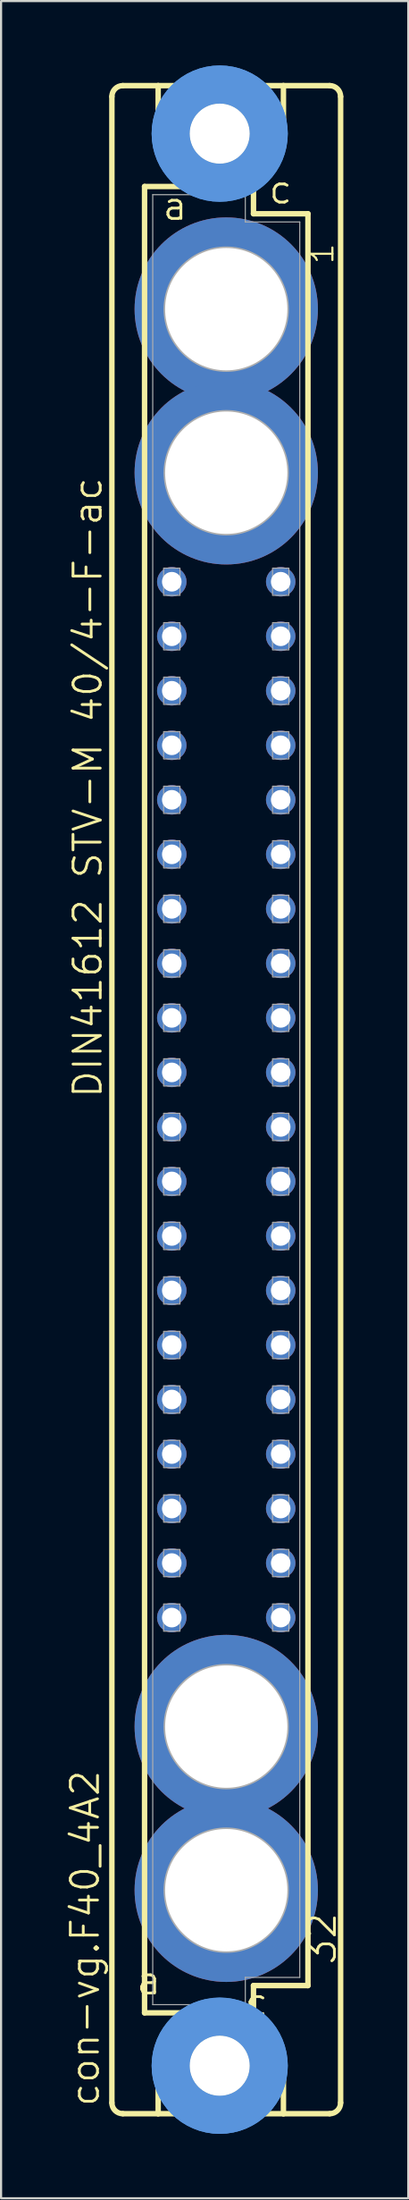
<source format=kicad_pcb>
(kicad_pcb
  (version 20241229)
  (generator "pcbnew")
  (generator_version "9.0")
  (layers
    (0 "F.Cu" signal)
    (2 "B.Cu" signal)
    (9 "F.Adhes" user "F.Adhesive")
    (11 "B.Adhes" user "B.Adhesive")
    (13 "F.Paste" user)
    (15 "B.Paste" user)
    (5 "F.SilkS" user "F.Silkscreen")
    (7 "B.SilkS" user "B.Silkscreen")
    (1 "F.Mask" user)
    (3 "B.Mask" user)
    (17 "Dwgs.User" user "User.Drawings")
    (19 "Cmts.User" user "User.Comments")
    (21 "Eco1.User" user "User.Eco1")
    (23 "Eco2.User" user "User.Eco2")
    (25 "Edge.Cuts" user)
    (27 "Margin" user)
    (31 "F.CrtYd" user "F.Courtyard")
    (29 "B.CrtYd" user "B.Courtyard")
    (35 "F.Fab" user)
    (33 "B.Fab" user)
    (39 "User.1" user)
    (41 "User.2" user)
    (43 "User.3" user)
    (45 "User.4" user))
  (footprint "con-vg.F40_4A2"
    (layer "F.Cu")
    (at 7.502 48.184)
    (property "Reference" "con-vg.F40_4A2" (at -5.842 46.99 90) (layer "F.SilkS") (effects (font (size 1.27 1.27) (thickness 0.13)) (justify left bottom)))
    (attr through_hole)
    (fp_line (start -5.334 46.736) (end -5.334 -46.736) (stroke (width 0.254) (type default)) (layer "F.SilkS"))
    (fp_line (start -4.826 -47.244) (end -3.175 -47.244) (stroke (width 0.254) (type default)) (layer "F.SilkS"))
    (fp_line (start -4.826 47.244) (end -3.175 47.244) (stroke (width 0.254) (type default)) (layer "F.SilkS"))
    (fp_line (start -3.81 -42.545) (end -3.81 42.545) (stroke (width 0.254) (type default)) (layer "F.SilkS"))
    (fp_line (start -3.81 42.545) (end -1.651 42.545) (stroke (width 0.254) (type default)) (layer "F.SilkS"))
    (fp_line (start -3.175 -47.244) (end -3.175 -44.45) (stroke (width 0.254) (type default)) (layer "F.SilkS"))
    (fp_line (start -3.175 47.244) (end -3.175 44.45) (stroke (width 0.254) (type default)) (layer "F.SilkS"))
    (fp_line (start -3.175 47.244) (end 2.667 47.244) (stroke (width 0.254) (type default)) (layer "F.SilkS"))
    (fp_line (start -1.651 -42.545) (end -3.81 -42.545) (stroke (width 0.254) (type default)) (layer "F.SilkS"))
    (fp_line (start -1.651 -42.545) (end -3.175 -44.45) (stroke (width 0.254) (type default)) (layer "F.SilkS"))
    (fp_line (start -1.651 42.545) (end -3.175 44.45) (stroke (width 0.254) (type default)) (layer "F.SilkS"))
    (fp_line (start -1.651 42.545) (end 1.143 42.545) (stroke (width 0.254) (type default)) (layer "F.SilkS"))
    (fp_line (start 1.143 -42.545) (end -1.651 -42.545) (stroke (width 0.254) (type default)) (layer "F.SilkS"))
    (fp_line (start 1.143 -42.545) (end 2.667 -44.45) (stroke (width 0.254) (type default)) (layer "F.SilkS"))
    (fp_line (start 1.143 42.545) (end 1.27 42.545) (stroke (width 0.254) (type default)) (layer "F.SilkS"))
    (fp_line (start 1.143 42.545) (end 2.667 44.45) (stroke (width 0.254) (type default)) (layer "F.SilkS"))
    (fp_line (start 1.27 -42.545) (end 1.143 -42.545) (stroke (width 0.254) (type default)) (layer "F.SilkS"))
    (fp_line (start 1.27 -41.275) (end 1.27 -42.545) (stroke (width 0.254) (type default)) (layer "F.SilkS"))
    (fp_line (start 1.27 41.275) (end 3.81 41.275) (stroke (width 0.254) (type default)) (layer "F.SilkS"))
    (fp_line (start 1.27 42.545) (end 1.27 41.275) (stroke (width 0.254) (type default)) (layer "F.SilkS"))
    (fp_line (start 2.667 -47.244) (end -3.175 -47.244) (stroke (width 0.254) (type default)) (layer "F.SilkS"))
    (fp_line (start 2.667 -47.244) (end 2.667 -44.45) (stroke (width 0.254) (type default)) (layer "F.SilkS"))
    (fp_line (start 2.667 47.244) (end 2.667 44.45) (stroke (width 0.254) (type default)) (layer "F.SilkS"))
    (fp_line (start 2.667 47.244) (end 4.826 47.244) (stroke (width 0.254) (type default)) (layer "F.SilkS"))
    (fp_line (start 3.81 -41.275) (end 1.27 -41.275) (stroke (width 0.254) (type default)) (layer "F.SilkS"))
    (fp_line (start 3.81 41.275) (end 3.81 -41.275) (stroke (width 0.254) (type default)) (layer "F.SilkS"))
    (fp_line (start 4.826 -47.244) (end 2.667 -47.244) (stroke (width 0.254) (type default)) (layer "F.SilkS"))
    (fp_line (start 5.334 46.736) (end 5.334 -46.736) (stroke (width 0.254) (type default)) (layer "F.SilkS"))
    (fp_arc (start -5.334 -46.736) (mid -5.18521 -47.09521) (end -4.826 -47.244) (stroke (width 0.254) (type default)) (layer "F.SilkS"))
    (fp_arc (start -4.826 47.244) (mid -5.18521 47.09521) (end -5.334 46.736) (stroke (width 0.254) (type default)) (layer "F.SilkS"))
    (fp_arc (start 4.826 -47.244) (mid 5.18521 -47.09521) (end 5.334 -46.736) (stroke (width 0.254) (type default)) (layer "F.SilkS"))
    (fp_arc (start 5.334 46.736) (mid 5.18521 47.09521) (end 4.826 47.244) (stroke (width 0.254) (type default)) (layer "F.SilkS"))
    (fp_circle (center -0.305 -45.009) (end 0.965 -45.009) (stroke (width 0.254) (type default)) (fill no) (layer "F.SilkS"))
    (fp_circle (center -0.305 45.009) (end 0.965 45.009) (stroke (width 0.254) (type default)) (fill no) (layer "F.SilkS"))
    (fp_circle (center -0.305 -45.009) (end 1.981 -45.009) (stroke (width 1.778) (type default)) (fill no) (layer "Cmts.User"))
    (fp_circle (center -0.305 -45.009) (end 1.981 -45.009) (stroke (width 1.778) (type default)) (fill no) (layer "Cmts.User"))
    (fp_circle (center -0.305 45.009) (end 1.981 45.009) (stroke (width 1.778) (type default)) (fill no) (layer "Cmts.User"))
    (fp_circle (center -0.305 45.009) (end 1.981 45.009) (stroke (width 1.778) (type default)) (fill no) (layer "Cmts.User"))
    (fp_line (start -3.429 -42.164) (end -3.429 42.164) (stroke (width 0.051) (type default)) (layer "F.Fab"))
    (fp_line (start -3.429 -42.164) (end 0.889 -42.164) (stroke (width 0.051) (type default)) (layer "F.Fab"))
    (fp_line (start -3.429 42.164) (end 0.889 42.164) (stroke (width 0.051) (type default)) (layer "F.Fab"))
    (fp_line (start 0.889 -42.164) (end 0.889 -40.894) (stroke (width 0.051) (type default)) (layer "F.Fab"))
    (fp_line (start 0.889 -40.894) (end 3.429 -40.894) (stroke (width 0.051) (type default)) (layer "F.Fab"))
    (fp_line (start 0.889 40.894) (end 3.429 40.894) (stroke (width 0.051) (type default)) (layer "F.Fab"))
    (fp_line (start 0.889 42.164) (end 0.889 40.894) (stroke (width 0.051) (type default)) (layer "F.Fab"))
    (fp_line (start 3.429 -40.894) (end 3.429 40.894) (stroke (width 0.051) (type default)) (layer "F.Fab"))
    (fp_rect (start -2.921 -23.495) (end -2.159 -24.765) (stroke (width 0.05) (type default)) (fill no) (layer "F.Fab"))
    (fp_rect (start -2.921 -20.955) (end -2.159 -22.225) (stroke (width 0.05) (type default)) (fill no) (layer "F.Fab"))
    (fp_rect (start -2.921 -18.415) (end -2.159 -19.685) (stroke (width 0.05) (type default)) (fill no) (layer "F.Fab"))
    (fp_rect (start -2.921 -15.875) (end -2.159 -17.145) (stroke (width 0.05) (type default)) (fill no) (layer "F.Fab"))
    (fp_rect (start -2.921 -13.335) (end -2.159 -14.605) (stroke (width 0.05) (type default)) (fill no) (layer "F.Fab"))
    (fp_rect (start -2.921 -10.795) (end -2.159 -12.065) (stroke (width 0.05) (type default)) (fill no) (layer "F.Fab"))
    (fp_rect (start -2.921 -8.255) (end -2.159 -9.525) (stroke (width 0.05) (type default)) (fill no) (layer "F.Fab"))
    (fp_rect (start -2.921 -5.715) (end -2.159 -6.985) (stroke (width 0.05) (type default)) (fill no) (layer "F.Fab"))
    (fp_rect (start -2.921 -3.175) (end -2.159 -4.445) (stroke (width 0.05) (type default)) (fill no) (layer "F.Fab"))
    (fp_rect (start -2.921 -0.635) (end -2.159 -1.905) (stroke (width 0.05) (type default)) (fill no) (layer "F.Fab"))
    (fp_rect (start -2.921 1.905) (end -2.159 0.635) (stroke (width 0.05) (type default)) (fill no) (layer "F.Fab"))
    (fp_rect (start -2.921 4.445) (end -2.159 3.175) (stroke (width 0.05) (type default)) (fill no) (layer "F.Fab"))
    (fp_rect (start -2.921 6.985) (end -2.159 5.715) (stroke (width 0.05) (type default)) (fill no) (layer "F.Fab"))
    (fp_rect (start -2.921 9.525) (end -2.159 8.255) (stroke (width 0.05) (type default)) (fill no) (layer "F.Fab"))
    (fp_rect (start -2.921 12.065) (end -2.159 10.795) (stroke (width 0.05) (type default)) (fill no) (layer "F.Fab"))
    (fp_rect (start -2.921 14.605) (end -2.159 13.335) (stroke (width 0.05) (type default)) (fill no) (layer "F.Fab"))
    (fp_rect (start -2.921 17.145) (end -2.159 15.875) (stroke (width 0.05) (type default)) (fill no) (layer "F.Fab"))
    (fp_rect (start -2.921 19.685) (end -2.159 18.415) (stroke (width 0.05) (type default)) (fill no) (layer "F.Fab"))
    (fp_rect (start -2.921 22.225) (end -2.159 20.955) (stroke (width 0.05) (type default)) (fill no) (layer "F.Fab"))
    (fp_rect (start -2.921 24.765) (end -2.159 23.495) (stroke (width 0.05) (type default)) (fill no) (layer "F.Fab"))
    (fp_rect (start 2.159 -23.495) (end 2.921 -24.765) (stroke (width 0.05) (type default)) (fill no) (layer "F.Fab"))
    (fp_rect (start 2.159 -20.955) (end 2.921 -22.225) (stroke (width 0.05) (type default)) (fill no) (layer "F.Fab"))
    (fp_rect (start 2.159 -18.415) (end 2.921 -19.685) (stroke (width 0.05) (type default)) (fill no) (layer "F.Fab"))
    (fp_rect (start 2.159 -15.875) (end 2.921 -17.145) (stroke (width 0.05) (type default)) (fill no) (layer "F.Fab"))
    (fp_rect (start 2.159 -13.335) (end 2.921 -14.605) (stroke (width 0.05) (type default)) (fill no) (layer "F.Fab"))
    (fp_rect (start 2.159 -10.795) (end 2.921 -12.065) (stroke (width 0.05) (type default)) (fill no) (layer "F.Fab"))
    (fp_rect (start 2.159 -8.255) (end 2.921 -9.525) (stroke (width 0.05) (type default)) (fill no) (layer "F.Fab"))
    (fp_rect (start 2.159 -5.715) (end 2.921 -6.985) (stroke (width 0.05) (type default)) (fill no) (layer "F.Fab"))
    (fp_rect (start 2.159 -3.175) (end 2.921 -4.445) (stroke (width 0.05) (type default)) (fill no) (layer "F.Fab"))
    (fp_rect (start 2.159 -0.635) (end 2.921 -1.905) (stroke (width 0.05) (type default)) (fill no) (layer "F.Fab"))
    (fp_rect (start 2.159 1.905) (end 2.921 0.635) (stroke (width 0.05) (type default)) (fill no) (layer "F.Fab"))
    (fp_rect (start 2.159 4.445) (end 2.921 3.175) (stroke (width 0.05) (type default)) (fill no) (layer "F.Fab"))
    (fp_rect (start 2.159 6.985) (end 2.921 5.715) (stroke (width 0.05) (type default)) (fill no) (layer "F.Fab"))
    (fp_rect (start 2.159 9.525) (end 2.921 8.255) (stroke (width 0.05) (type default)) (fill no) (layer "F.Fab"))
    (fp_rect (start 2.159 12.065) (end 2.921 10.795) (stroke (width 0.05) (type default)) (fill no) (layer "F.Fab"))
    (fp_rect (start 2.159 14.605) (end 2.921 13.335) (stroke (width 0.05) (type default)) (fill no) (layer "F.Fab"))
    (fp_rect (start 2.159 17.145) (end 2.921 15.875) (stroke (width 0.05) (type default)) (fill no) (layer "F.Fab"))
    (fp_rect (start 2.159 19.685) (end 2.921 18.415) (stroke (width 0.05) (type default)) (fill no) (layer "F.Fab"))
    (fp_rect (start 2.159 22.225) (end 2.921 20.955) (stroke (width 0.05) (type default)) (fill no) (layer "F.Fab"))
    (fp_rect (start 2.159 24.765) (end 2.921 23.495) (stroke (width 0.05) (type default)) (fill no) (layer "F.Fab"))
    (fp_circle (center 0 -36.83) (end 2.794 -36.83) (stroke (width 0.254) (type default)) (fill no) (layer "F.Fab"))
    (fp_circle (center 0 -29.21) (end 2.794 -29.21) (stroke (width 0.254) (type default)) (fill no) (layer "F.Fab"))
    (fp_circle (center 0 29.21) (end 2.794 29.21) (stroke (width 0.254) (type default)) (fill no) (layer "F.Fab"))
    (fp_circle (center 0 36.83) (end 2.794 36.83) (stroke (width 0.254) (type default)) (fill no) (layer "F.Fab"))
    (fp_text user "1" (at 5.08 -38.862 90) (layer "F.SilkS") (effects (font (size 1.016 1.016) (thickness 0.1)) (justify left bottom)))
    (fp_text user "c" (at 1.905 -41.656 0) (layer "F.SilkS") (effects (font (size 1.27 1.27) (thickness 0.13)) (justify left bottom)))
    (fp_text user "a " (at -4.275 41.783 0) (layer "F.SilkS") (effects (font (size 1.27 1.27) (thickness 0.13)) (justify left bottom)))
    (fp_text user "a" (at -3.048 -40.894 0) (layer "F.SilkS") (effects (font (size 1.27 1.27) (thickness 0.13)) (justify left bottom)))
    (fp_text user "32" (at 5.207 40.386 90) (layer "F.SilkS") (effects (font (size 1.27 1.27) (thickness 0.13)) (justify left bottom)))
    (fp_text user "DIN41612 STV-M 40/4-F-ac" (at -5.715 0 90) (layer "F.SilkS") (effects (font (size 1.27 1.27) (thickness 0.13)) (justify left bottom)))
    (fp_text user "c " (at 0.778 42.799 0) (layer "F.SilkS") (effects (font (size 1.27 1.27) (thickness 0.13)) (justify left bottom)))
    (pad "" np_thru_hole circle (at -0.305 -45.009) (size 2.794 2.794) (drill 2.794) (layers "*.Cu" "*.Mask"))
    (pad "" np_thru_hole circle (at -0.305 45.009) (size 2.794 2.794) (drill 2.794) (layers "*.Cu" "*.Mask"))
    (pad "1" thru_hole circle (at 0 -36.83) (size 8.55 8.55) (drill 5.7) (layers "*.Cu" "*.Mask"))
    (pad "2" thru_hole circle (at 0 -29.21) (size 8.55 8.55) (drill 5.7) (layers "*.Cu" "*.Mask"))
    (pad "3" thru_hole circle (at 0 29.21) (size 8.55 8.55) (drill 5.7) (layers "*.Cu" "*.Mask"))
    (pad "4" thru_hole circle (at 0 36.83) (size 8.55 8.55) (drill 5.7) (layers "*.Cu" "*.Mask"))
    (pad "A7" thru_hole circle (at -2.54 -24.13) (size 1.372 1.372) (drill 0.914) (layers "*.Cu" "*.Mask"))
    (pad "A8" thru_hole circle (at -2.54 -21.59) (size 1.372 1.372) (drill 0.914) (layers "*.Cu" "*.Mask"))
    (pad "A9" thru_hole circle (at -2.54 -19.05) (size 1.372 1.372) (drill 0.914) (layers "*.Cu" "*.Mask"))
    (pad "A10" thru_hole circle (at -2.54 -16.51) (size 1.372 1.372) (drill 0.914) (layers "*.Cu" "*.Mask"))
    (pad "A11" thru_hole circle (at -2.54 -13.97) (size 1.372 1.372) (drill 0.914) (layers "*.Cu" "*.Mask"))
    (pad "A12" thru_hole circle (at -2.54 -11.43) (size 1.372 1.372) (drill 0.914) (layers "*.Cu" "*.Mask"))
    (pad "A13" thru_hole circle (at -2.54 -8.89) (size 1.372 1.372) (drill 0.914) (layers "*.Cu" "*.Mask"))
    (pad "A14" thru_hole circle (at -2.54 -6.35) (size 1.372 1.372) (drill 0.914) (layers "*.Cu" "*.Mask"))
    (pad "A15" thru_hole circle (at -2.54 -3.81) (size 1.372 1.372) (drill 0.914) (layers "*.Cu" "*.Mask"))
    (pad "A16" thru_hole circle (at -2.54 -1.27) (size 1.372 1.372) (drill 0.914) (layers "*.Cu" "*.Mask"))
    (pad "A17" thru_hole circle (at -2.54 1.27) (size 1.372 1.372) (drill 0.914) (layers "*.Cu" "*.Mask"))
    (pad "A18" thru_hole circle (at -2.54 3.81) (size 1.372 1.372) (drill 0.914) (layers "*.Cu" "*.Mask"))
    (pad "A19" thru_hole circle (at -2.54 6.35) (size 1.372 1.372) (drill 0.914) (layers "*.Cu" "*.Mask"))
    (pad "A20" thru_hole circle (at -2.54 8.89) (size 1.372 1.372) (drill 0.914) (layers "*.Cu" "*.Mask"))
    (pad "A21" thru_hole circle (at -2.54 11.43) (size 1.372 1.372) (drill 0.914) (layers "*.Cu" "*.Mask"))
    (pad "A22" thru_hole circle (at -2.54 13.97) (size 1.372 1.372) (drill 0.914) (layers "*.Cu" "*.Mask"))
    (pad "A23" thru_hole circle (at -2.54 16.51) (size 1.372 1.372) (drill 0.914) (layers "*.Cu" "*.Mask"))
    (pad "A24" thru_hole circle (at -2.54 19.05) (size 1.372 1.372) (drill 0.914) (layers "*.Cu" "*.Mask"))
    (pad "A25" thru_hole circle (at -2.54 21.59) (size 1.372 1.372) (drill 0.914) (layers "*.Cu" "*.Mask"))
    (pad "A26" thru_hole circle (at -2.54 24.13) (size 1.372 1.372) (drill 0.914) (layers "*.Cu" "*.Mask"))
    (pad "C7" thru_hole circle (at 2.54 -24.13) (size 1.372 1.372) (drill 0.914) (layers "*.Cu" "*.Mask"))
    (pad "C8" thru_hole circle (at 2.54 -21.59) (size 1.372 1.372) (drill 0.914) (layers "*.Cu" "*.Mask"))
    (pad "C9" thru_hole circle (at 2.54 -19.05) (size 1.372 1.372) (drill 0.914) (layers "*.Cu" "*.Mask"))
    (pad "C10" thru_hole circle (at 2.54 -16.51) (size 1.372 1.372) (drill 0.914) (layers "*.Cu" "*.Mask"))
    (pad "C11" thru_hole circle (at 2.54 -13.97) (size 1.372 1.372) (drill 0.914) (layers "*.Cu" "*.Mask"))
    (pad "C12" thru_hole circle (at 2.54 -11.43) (size 1.372 1.372) (drill 0.914) (layers "*.Cu" "*.Mask"))
    (pad "C13" thru_hole circle (at 2.54 -8.89) (size 1.372 1.372) (drill 0.914) (layers "*.Cu" "*.Mask"))
    (pad "C14" thru_hole circle (at 2.54 -6.35) (size 1.372 1.372) (drill 0.914) (layers "*.Cu" "*.Mask"))
    (pad "C15" thru_hole circle (at 2.54 -3.81) (size 1.372 1.372) (drill 0.914) (layers "*.Cu" "*.Mask"))
    (pad "C16" thru_hole circle (at 2.54 -1.27) (size 1.372 1.372) (drill 0.914) (layers "*.Cu" "*.Mask"))
    (pad "C17" thru_hole circle (at 2.54 1.27) (size 1.372 1.372) (drill 0.914) (layers "*.Cu" "*.Mask"))
    (pad "C18" thru_hole circle (at 2.54 3.81) (size 1.372 1.372) (drill 0.914) (layers "*.Cu" "*.Mask"))
    (pad "C19" thru_hole circle (at 2.54 6.35) (size 1.372 1.372) (drill 0.914) (layers "*.Cu" "*.Mask"))
    (pad "C20" thru_hole circle (at 2.54 8.89) (size 1.372 1.372) (drill 0.914) (layers "*.Cu" "*.Mask"))
    (pad "C21" thru_hole circle (at 2.54 11.43) (size 1.372 1.372) (drill 0.914) (layers "*.Cu" "*.Mask"))
    (pad "C22" thru_hole circle (at 2.54 13.97) (size 1.372 1.372) (drill 0.914) (layers "*.Cu" "*.Mask"))
    (pad "C23" thru_hole circle (at 2.54 16.51) (size 1.372 1.372) (drill 0.914) (layers "*.Cu" "*.Mask"))
    (pad "C24" thru_hole circle (at 2.54 19.05) (size 1.372 1.372) (drill 0.914) (layers "*.Cu" "*.Mask"))
    (pad "C25" thru_hole circle (at 2.54 21.59) (size 1.372 1.372) (drill 0.914) (layers "*.Cu" "*.Mask"))
    (pad "C26" thru_hole circle (at 2.54 24.13) (size 1.372 1.372) (drill 0.914) (layers "*.Cu" "*.Mask")))
  (gr_rect
    (start -3 -3)
    (end 15.991 99.368)
    (stroke (width 0.1) (type default))
    (fill no)
    (layer "Edge.Cuts")))
</source>
